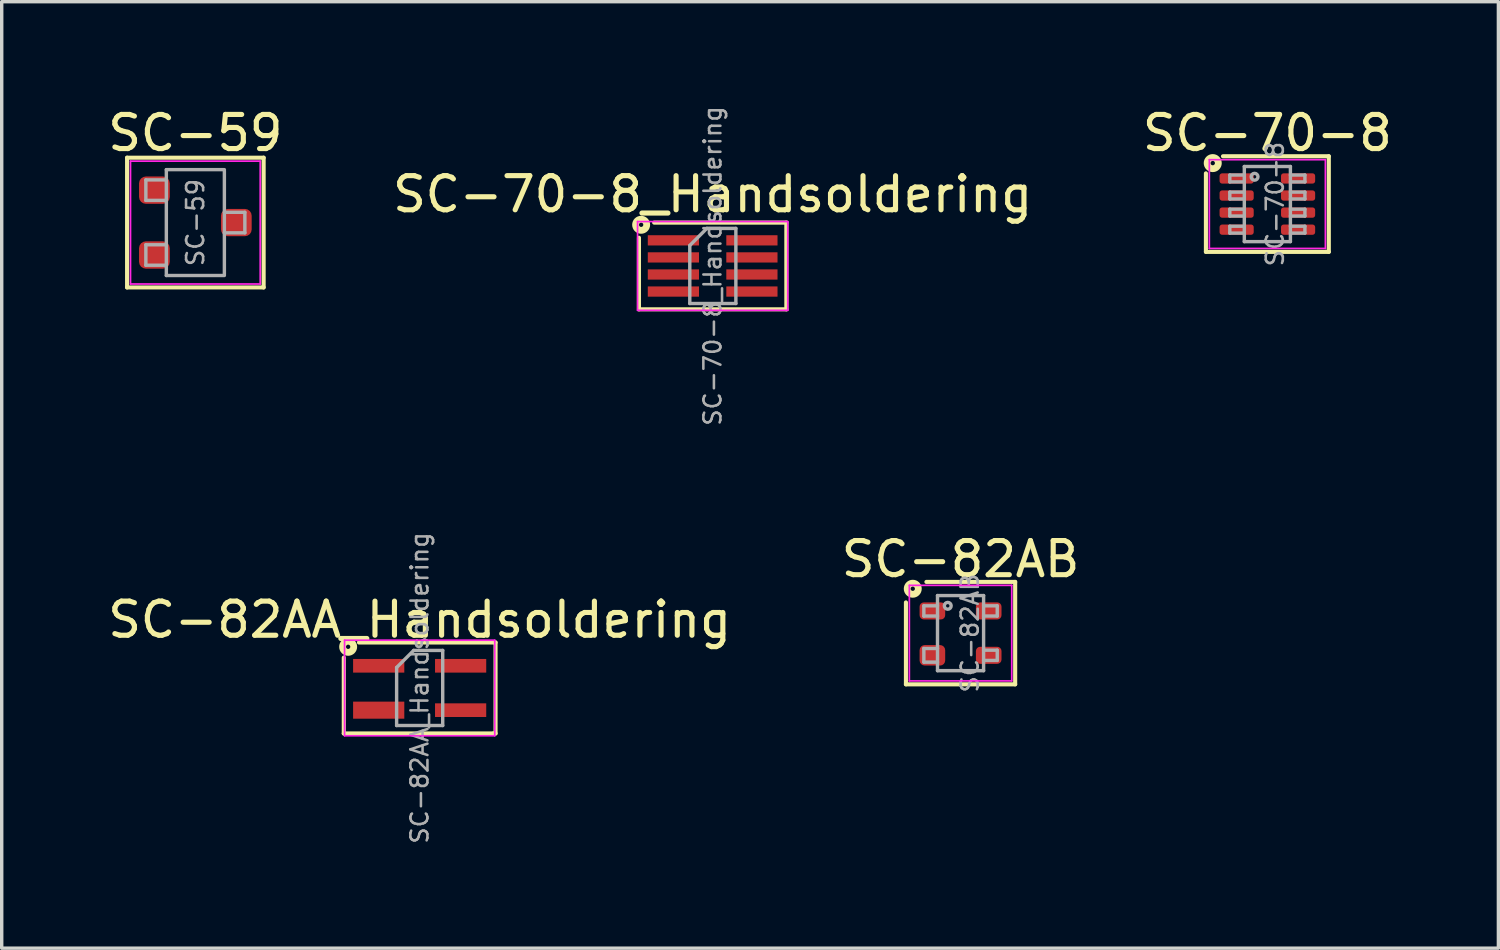
<source format=kicad_pcb>
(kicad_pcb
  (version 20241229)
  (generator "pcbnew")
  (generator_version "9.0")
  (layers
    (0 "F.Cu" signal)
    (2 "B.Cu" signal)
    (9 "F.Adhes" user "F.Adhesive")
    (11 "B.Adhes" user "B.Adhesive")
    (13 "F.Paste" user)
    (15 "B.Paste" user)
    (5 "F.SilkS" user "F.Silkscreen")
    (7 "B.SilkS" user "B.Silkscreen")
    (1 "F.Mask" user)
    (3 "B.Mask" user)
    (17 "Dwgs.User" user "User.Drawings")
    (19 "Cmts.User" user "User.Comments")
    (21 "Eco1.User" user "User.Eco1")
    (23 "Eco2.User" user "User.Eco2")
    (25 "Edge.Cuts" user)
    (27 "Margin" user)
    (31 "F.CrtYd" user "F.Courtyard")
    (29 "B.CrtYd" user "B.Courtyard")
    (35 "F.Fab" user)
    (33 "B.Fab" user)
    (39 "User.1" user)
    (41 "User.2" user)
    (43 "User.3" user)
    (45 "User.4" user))
  (footprint "SC-59"
    (layer "F.Cu")
    (at 2.673 3.47)
    (property "Reference" "SC-59" (at 0 -2.622 0) (layer "F.SilkS") (effects (font (size 1 1) (thickness 0.15))))
    (attr smd)
    (fp_line (start -2 -1.9) (end 2 -1.9) (stroke (width 0.12) (type solid)) (layer "F.SilkS"))
    (fp_line (start -2 1.9) (end -2 -1.9) (stroke (width 0.12) (type solid)) (layer "F.SilkS"))
    (fp_line (start 2 -1.9) (end 2 1.9) (stroke (width 0.12) (type solid)) (layer "F.SilkS"))
    (fp_line (start 2 1.9) (end -2 1.9) (stroke (width 0.12) (type solid)) (layer "F.SilkS"))
    (fp_line (start -1.9 -1.8) (end -1.9 1.8) (stroke (width 0.05) (type solid)) (layer "F.CrtYd"))
    (fp_line (start -1.9 -1.8) (end 1.9 -1.8) (stroke (width 0.05) (type solid)) (layer "F.CrtYd"))
    (fp_line (start 1.9 1.8) (end -1.9 1.8) (stroke (width 0.05) (type solid)) (layer "F.CrtYd"))
    (fp_line (start 1.9 1.8) (end 1.9 -1.8) (stroke (width 0.05) (type solid)) (layer "F.CrtYd"))
    (fp_line (start -1.45 -1.25) (end -1.45 -0.65) (stroke (width 0.1) (type solid)) (layer "F.Fab"))
    (fp_line (start -1.45 -1.25) (end -0.85 -1.25) (stroke (width 0.1) (type solid)) (layer "F.Fab"))
    (fp_line (start -1.45 -0.65) (end -0.85 -0.65) (stroke (width 0.1) (type solid)) (layer "F.Fab"))
    (fp_line (start -1.45 0.65) (end -1.45 1.25) (stroke (width 0.1) (type solid)) (layer "F.Fab"))
    (fp_line (start -1.45 0.65) (end -0.85 0.65) (stroke (width 0.1) (type solid)) (layer "F.Fab"))
    (fp_line (start -1.45 1.25) (end -0.85 1.25) (stroke (width 0.1) (type solid)) (layer "F.Fab"))
    (fp_line (start -0.85 -1.55) (end 0.85 -1.55) (stroke (width 0.1) (type solid)) (layer "F.Fab"))
    (fp_line (start -0.85 1.55) (end -0.85 -1.55) (stroke (width 0.1) (type solid)) (layer "F.Fab"))
    (fp_line (start -0.85 1.55) (end 0.85 1.55) (stroke (width 0.1) (type solid)) (layer "F.Fab"))
    (fp_line (start 0.85 -1.52) (end 0.85 1.52) (stroke (width 0.1) (type solid)) (layer "F.Fab"))
    (fp_line (start 1.45 -0.3) (end 0.85 -0.3) (stroke (width 0.1) (type solid)) (layer "F.Fab"))
    (fp_line (start 1.45 0.3) (end 0.85 0.3) (stroke (width 0.1) (type solid)) (layer "F.Fab"))
    (fp_line (start 1.45 0.3) (end 1.45 -0.3) (stroke (width 0.1) (type solid)) (layer "F.Fab"))
    (fp_text user "${REFERENCE}" (at 0 0 90) (layer "F.Fab") (effects (font (size 0.5 0.5) (thickness 0.075))))
    (pad "1" smd roundrect (at -1.2 -0.95) (size 0.9 0.8) (layers "F.Cu" "F.Mask" "F.Paste") (roundrect_rratio 0.25))
    (pad "2" smd roundrect (at -1.2 0.95) (size 0.9 0.8) (layers "F.Cu" "F.Mask" "F.Paste") (roundrect_rratio 0.25))
    (pad "3" smd roundrect (at 1.2 0) (size 0.9 0.8) (layers "F.Cu" "F.Mask" "F.Paste") (roundrect_rratio 0.25)))
  (footprint "SC-70-8_Handsoldering"
    (layer "F.Cu")
    (at 17.827 4.741)
    (property "Reference" "SC-70-8_Handsoldering" (at 0 -2.1 0) (layer "F.SilkS") (effects (font (size 1 1) (thickness 0.15))))
    (attr smd)
    (fp_line (start -2.159 -0.826) (end -2.159 1.27) (stroke (width 0.12) (type solid)) (layer "F.SilkS"))
    (fp_line (start -2.159 1.27) (end 2.159 1.27) (stroke (width 0.12) (type solid)) (layer "F.SilkS"))
    (fp_line (start 2.159 -1.27) (end -1.714 -1.27) (stroke (width 0.12) (type solid)) (layer "F.SilkS"))
    (fp_line (start 2.159 1.27) (end 2.159 -1.27) (stroke (width 0.12) (type solid)) (layer "F.SilkS"))
    (fp_circle (center -2.095 -1.206) (end -2.032 -1.206) (stroke (width 0.2) (type solid)) (fill no) (layer "F.SilkS"))
    (fp_line (start -2.2 -1.3) (end 2.2 -1.3) (stroke (width 0.05) (type solid)) (layer "F.CrtYd"))
    (fp_line (start -2.2 1.3) (end -2.2 -1.3) (stroke (width 0.05) (type solid)) (layer "F.CrtYd"))
    (fp_line (start 2.2 -1.3) (end 2.2 1.3) (stroke (width 0.05) (type solid)) (layer "F.CrtYd"))
    (fp_line (start 2.2 1.3) (end -2.2 1.3) (stroke (width 0.05) (type solid)) (layer "F.CrtYd"))
    (fp_line (start -0.67 -0.6) (end -0.67 1.1) (stroke (width 0.1) (type solid)) (layer "F.Fab"))
    (fp_line (start -0.17 -1.1) (end -0.67 -0.6) (stroke (width 0.1) (type solid)) (layer "F.Fab"))
    (fp_line (start 0.68 -1.1) (end -0.17 -1.1) (stroke (width 0.1) (type solid)) (layer "F.Fab"))
    (fp_line (start 0.68 -1.1) (end 0.68 1.1) (stroke (width 0.1) (type solid)) (layer "F.Fab"))
    (fp_line (start 0.68 1.1) (end -0.67 1.1) (stroke (width 0.1) (type solid)) (layer "F.Fab"))
    (fp_text user "${REFERENCE}" (at 0 0 90) (layer "F.Fab") (effects (font (size 0.5 0.5) (thickness 0.075))))
    (pad "1" smd rect (at -1.15 -0.75 270) (size 0.3 1.5) (layers "F.Cu" "F.Mask" "F.Paste"))
    (pad "2" smd rect (at -1.15 -0.25 270) (size 0.3 1.5) (layers "F.Cu" "F.Mask" "F.Paste"))
    (pad "3" smd rect (at -1.15 0.25 270) (size 0.3 1.5) (layers "F.Cu" "F.Mask" "F.Paste"))
    (pad "4" smd rect (at -1.15 0.75 270) (size 0.3 1.5) (layers "F.Cu" "F.Mask" "F.Paste"))
    (pad "5" smd rect (at 1.15 0.75 270) (size 0.3 1.5) (layers "F.Cu" "F.Mask" "F.Paste"))
    (pad "6" smd rect (at 1.15 0.25 270) (size 0.3 1.5) (layers "F.Cu" "F.Mask" "F.Paste"))
    (pad "7" smd rect (at 1.15 -0.25 270) (size 0.3 1.5) (layers "F.Cu" "F.Mask" "F.Paste"))
    (pad "8" smd rect (at 1.15 -0.75 270) (size 0.3 1.5) (layers "F.Cu" "F.Mask" "F.Paste")))
  (footprint "SC-70-8"
    (layer "F.Cu")
    (at 34.077 2.928)
    (property "Reference" "SC-70-8" (at 0 -2.08 0) (layer "F.SilkS") (effects (font (size 1 1) (thickness 0.15))))
    (attr smd)
    (fp_line (start -1.8 -0.9) (end -1.8 1.4) (stroke (width 0.12) (type solid)) (layer "F.SilkS"))
    (fp_line (start -1.8 1.4) (end 1.8 1.4) (stroke (width 0.12) (type solid)) (layer "F.SilkS"))
    (fp_line (start 1.8 -1.4) (end -1.3 -1.4) (stroke (width 0.12) (type solid)) (layer "F.SilkS"))
    (fp_line (start 1.8 1.4) (end 1.8 -1.4) (stroke (width 0.12) (type solid)) (layer "F.SilkS"))
    (fp_circle (center -1.6 -1.2) (end -1.536 -1.2) (stroke (width 0.2) (type solid)) (fill no) (layer "F.SilkS"))
    (fp_line (start -1.7 -1.3) (end 1.7 -1.3) (stroke (width 0.05) (type solid)) (layer "F.CrtYd"))
    (fp_line (start -1.7 1.3) (end -1.7 -1.3) (stroke (width 0.05) (type solid)) (layer "F.CrtYd"))
    (fp_line (start 1.7 -1.3) (end 1.7 1.3) (stroke (width 0.05) (type solid)) (layer "F.CrtYd"))
    (fp_line (start 1.7 1.3) (end -1.7 1.3) (stroke (width 0.05) (type solid)) (layer "F.CrtYd"))
    (fp_line (start -1.1 -0.85) (end -1.1 -0.65) (stroke (width 0.1) (type solid)) (layer "F.Fab"))
    (fp_line (start -1.1 -0.65) (end -0.675 -0.65) (stroke (width 0.1) (type solid)) (layer "F.Fab"))
    (fp_line (start -1.1 -0.35) (end -1.1 -0.15) (stroke (width 0.1) (type solid)) (layer "F.Fab"))
    (fp_line (start -1.1 -0.15) (end -0.675 -0.15) (stroke (width 0.1) (type solid)) (layer "F.Fab"))
    (fp_line (start -1.1 0.15) (end -1.1 0.35) (stroke (width 0.1) (type solid)) (layer "F.Fab"))
    (fp_line (start -1.1 0.35) (end -0.675 0.35) (stroke (width 0.1) (type solid)) (layer "F.Fab"))
    (fp_line (start -1.1 0.65) (end -1.1 0.85) (stroke (width 0.1) (type solid)) (layer "F.Fab"))
    (fp_line (start -1.1 0.85) (end -0.675 0.85) (stroke (width 0.1) (type solid)) (layer "F.Fab"))
    (fp_line (start -0.675 -1.1) (end -0.675 1.1) (stroke (width 0.1) (type solid)) (layer "F.Fab"))
    (fp_line (start -0.675 -0.85) (end -1.1 -0.85) (stroke (width 0.1) (type solid)) (layer "F.Fab"))
    (fp_line (start -0.675 -0.35) (end -1.1 -0.35) (stroke (width 0.1) (type solid)) (layer "F.Fab"))
    (fp_line (start -0.675 0.15) (end -1.1 0.15) (stroke (width 0.1) (type solid)) (layer "F.Fab"))
    (fp_line (start -0.675 0.65) (end -1.1 0.65) (stroke (width 0.1) (type solid)) (layer "F.Fab"))
    (fp_line (start 0.675 -1.1) (end -0.675 -1.1) (stroke (width 0.1) (type solid)) (layer "F.Fab"))
    (fp_line (start 0.675 -1.1) (end 0.675 1.1) (stroke (width 0.1) (type solid)) (layer "F.Fab"))
    (fp_line (start 0.675 -0.65) (end 1.1 -0.65) (stroke (width 0.1) (type solid)) (layer "F.Fab"))
    (fp_line (start 0.675 -0.15) (end 1.1 -0.15) (stroke (width 0.1) (type solid)) (layer "F.Fab"))
    (fp_line (start 0.675 0.35) (end 1.1 0.35) (stroke (width 0.1) (type solid)) (layer "F.Fab"))
    (fp_line (start 0.675 0.85) (end 1.1 0.85) (stroke (width 0.1) (type solid)) (layer "F.Fab"))
    (fp_line (start 0.675 1.1) (end -0.675 1.1) (stroke (width 0.1) (type solid)) (layer "F.Fab"))
    (fp_line (start 1.1 -0.85) (end 0.675 -0.85) (stroke (width 0.1) (type solid)) (layer "F.Fab"))
    (fp_line (start 1.1 -0.65) (end 1.1 -0.85) (stroke (width 0.1) (type solid)) (layer "F.Fab"))
    (fp_line (start 1.1 -0.35) (end 0.675 -0.35) (stroke (width 0.1) (type solid)) (layer "F.Fab"))
    (fp_line (start 1.1 -0.15) (end 1.1 -0.35) (stroke (width 0.1) (type solid)) (layer "F.Fab"))
    (fp_line (start 1.1 0.15) (end 0.675 0.15) (stroke (width 0.1) (type solid)) (layer "F.Fab"))
    (fp_line (start 1.1 0.35) (end 1.1 0.15) (stroke (width 0.1) (type solid)) (layer "F.Fab"))
    (fp_line (start 1.1 0.65) (end 0.675 0.65) (stroke (width 0.1) (type solid)) (layer "F.Fab"))
    (fp_line (start 1.1 0.85) (end 1.1 0.65) (stroke (width 0.1) (type solid)) (layer "F.Fab"))
    (fp_circle (center -0.375 -0.8) (end -0.275 -0.8) (stroke (width 0.1) (type solid)) (fill no) (layer "F.Fab"))
    (fp_text user "${REFERENCE}" (at 0.225 0 90) (layer "F.Fab") (effects (font (size 0.5 0.5) (thickness 0.075))))
    (pad "1" smd roundrect (at -0.9 -0.75 270) (size 0.3 1) (layers "F.Cu" "F.Mask" "F.Paste") (roundrect_rratio 0.25))
    (pad "2" smd roundrect (at -0.9 -0.25 270) (size 0.3 1) (layers "F.Cu" "F.Mask" "F.Paste") (roundrect_rratio 0.25))
    (pad "3" smd roundrect (at -0.9 0.25 270) (size 0.3 1) (layers "F.Cu" "F.Mask" "F.Paste") (roundrect_rratio 0.25))
    (pad "4" smd roundrect (at -0.9 0.75 270) (size 0.3 1) (layers "F.Cu" "F.Mask" "F.Paste") (roundrect_rratio 0.25))
    (pad "5" smd roundrect (at 0.9 0.75 270) (size 0.3 1) (layers "F.Cu" "F.Mask" "F.Paste") (roundrect_rratio 0.25))
    (pad "6" smd roundrect (at 0.9 0.25 270) (size 0.3 1) (layers "F.Cu" "F.Mask" "F.Paste") (roundrect_rratio 0.25))
    (pad "7" smd roundrect (at 0.9 -0.25 270) (size 0.3 1) (layers "F.Cu" "F.Mask" "F.Paste") (roundrect_rratio 0.25))
    (pad "8" smd roundrect (at 0.9 -0.75 270) (size 0.3 1) (layers "F.Cu" "F.Mask" "F.Paste") (roundrect_rratio 0.25)))
  (footprint "SC-82AB"
    (layer "F.Cu")
    (at 25.089 15.497)
    (property "Reference" "SC-82AB" (at 0 -2.167 0) (layer "F.SilkS") (effects (font (size 1 1) (thickness 0.15))))
    (attr smd)
    (fp_line (start -1.6 -0.9) (end -1.6 1.5) (stroke (width 0.12) (type solid)) (layer "F.SilkS"))
    (fp_line (start -1.6 1.5) (end 1.6 1.5) (stroke (width 0.12) (type solid)) (layer "F.SilkS"))
    (fp_line (start 1.6 -1.5) (end -1 -1.5) (stroke (width 0.12) (type solid)) (layer "F.SilkS"))
    (fp_line (start 1.6 1.5) (end 1.6 -1.5) (stroke (width 0.12) (type solid)) (layer "F.SilkS"))
    (fp_circle (center -1.4 -1.3) (end -1.337 -1.3) (stroke (width 0.2) (type solid)) (fill no) (layer "F.SilkS"))
    (fp_line (start -1.5 -1.4) (end -1.5 1.4) (stroke (width 0.05) (type solid)) (layer "F.CrtYd"))
    (fp_line (start -1.5 -1.4) (end 1.5 -1.4) (stroke (width 0.05) (type solid)) (layer "F.CrtYd"))
    (fp_line (start -1.5 1.4) (end 1.5 1.4) (stroke (width 0.05) (type solid)) (layer "F.CrtYd"))
    (fp_line (start 1.5 1.4) (end 1.5 -1.4) (stroke (width 0.05) (type solid)) (layer "F.CrtYd"))
    (fp_line (start -1.075 -0.8) (end -1.075 -0.5) (stroke (width 0.1) (type solid)) (layer "F.Fab"))
    (fp_line (start -1.075 -0.8) (end -0.675 -0.8) (stroke (width 0.1) (type solid)) (layer "F.Fab"))
    (fp_line (start -1.075 -0.5) (end -0.675 -0.5) (stroke (width 0.1) (type solid)) (layer "F.Fab"))
    (fp_line (start -1.075 0.45) (end -1.075 0.85) (stroke (width 0.1) (type solid)) (layer "F.Fab"))
    (fp_line (start -1.075 0.45) (end -0.675 0.45) (stroke (width 0.1) (type solid)) (layer "F.Fab"))
    (fp_line (start -1.075 0.85) (end -0.675 0.85) (stroke (width 0.1) (type solid)) (layer "F.Fab"))
    (fp_line (start -0.675 -1.1) (end -0.675 1.1) (stroke (width 0.1) (type solid)) (layer "F.Fab"))
    (fp_line (start 0.675 -1.1) (end -0.675 -1.1) (stroke (width 0.1) (type solid)) (layer "F.Fab"))
    (fp_line (start 0.675 -1.1) (end 0.675 1.1) (stroke (width 0.1) (type solid)) (layer "F.Fab"))
    (fp_line (start 0.675 1.1) (end -0.675 1.1) (stroke (width 0.1) (type solid)) (layer "F.Fab"))
    (fp_line (start 1.075 -0.8) (end 0.675 -0.8) (stroke (width 0.1) (type solid)) (layer "F.Fab"))
    (fp_line (start 1.075 -0.5) (end 0.675 -0.5) (stroke (width 0.1) (type solid)) (layer "F.Fab"))
    (fp_line (start 1.075 -0.5) (end 1.075 -0.8) (stroke (width 0.1) (type solid)) (layer "F.Fab"))
    (fp_line (start 1.075 0.5) (end 0.675 0.5) (stroke (width 0.1) (type solid)) (layer "F.Fab"))
    (fp_line (start 1.075 0.8) (end 0.675 0.8) (stroke (width 0.1) (type solid)) (layer "F.Fab"))
    (fp_line (start 1.075 0.8) (end 1.075 0.5) (stroke (width 0.1) (type solid)) (layer "F.Fab"))
    (fp_circle (center -0.375 -0.8) (end -0.275 -0.8) (stroke (width 0.1) (type solid)) (fill no) (layer "F.Fab"))
    (fp_text user "${REFERENCE}" (at 0.275 0 90) (layer "F.Fab") (effects (font (size 0.5 0.5) (thickness 0.075))))
    (pad "1" smd roundrect (at -0.825 -0.65) (size 0.75 0.5) (layers "F.Cu" "F.Mask" "F.Paste") (roundrect_rratio 0.25))
    (pad "2" smd roundrect (at -0.825 0.65) (size 0.75 0.6) (layers "F.Cu" "F.Mask" "F.Paste") (roundrect_rratio 0.25))
    (pad "3" smd roundrect (at 0.825 0.65) (size 0.75 0.5) (layers "F.Cu" "F.Mask" "F.Paste") (roundrect_rratio 0.25))
    (pad "4" smd roundrect (at 0.825 -0.65) (size 0.75 0.5) (layers "F.Cu" "F.Mask" "F.Paste") (roundrect_rratio 0.25)))
  (footprint "SC-82AA_Handsoldering"
    (layer "F.Cu")
    (at 9.244 17.104)
    (property "Reference" "SC-82AA_Handsoldering" (at 0 -2 0) (layer "F.SilkS") (effects (font (size 1 1) (thickness 0.15))))
    (attr smd)
    (fp_line (start -2.223 -0.889) (end -2.223 1.333) (stroke (width 0.12) (type solid)) (layer "F.SilkS"))
    (fp_line (start -2.223 1.333) (end 2.159 1.333) (stroke (width 0.12) (type solid)) (layer "F.SilkS"))
    (fp_line (start 2.159 1.333) (end 2.223 1.333) (stroke (width 0.12) (type solid)) (layer "F.SilkS"))
    (fp_line (start 2.223 -1.333) (end -1.778 -1.333) (stroke (width 0.12) (type solid)) (layer "F.SilkS"))
    (fp_line (start 2.223 1.333) (end 2.223 -1.333) (stroke (width 0.12) (type solid)) (layer "F.SilkS"))
    (fp_circle (center -2.095 -1.206) (end -2.032 -1.206) (stroke (width 0.2) (type solid)) (fill no) (layer "F.SilkS"))
    (fp_line (start -2.2 -1.4) (end -2.2 1.4) (stroke (width 0.05) (type solid)) (layer "F.CrtYd"))
    (fp_line (start -2.2 -1.4) (end 2.2 -1.4) (stroke (width 0.05) (type solid)) (layer "F.CrtYd"))
    (fp_line (start -2.2 1.4) (end 2.2 1.4) (stroke (width 0.05) (type solid)) (layer "F.CrtYd"))
    (fp_line (start 2.2 1.4) (end 2.2 -1.4) (stroke (width 0.05) (type solid)) (layer "F.CrtYd"))
    (fp_line (start -0.675 -0.6) (end -0.675 1.1) (stroke (width 0.1) (type solid)) (layer "F.Fab"))
    (fp_line (start -0.175 -1.1) (end -0.675 -0.6) (stroke (width 0.1) (type solid)) (layer "F.Fab"))
    (fp_line (start 0.675 -1.1) (end -0.175 -1.1) (stroke (width 0.1) (type solid)) (layer "F.Fab"))
    (fp_line (start 0.675 -1.1) (end 0.675 1.1) (stroke (width 0.1) (type solid)) (layer "F.Fab"))
    (fp_line (start 0.675 1.1) (end -0.675 1.1) (stroke (width 0.1) (type solid)) (layer "F.Fab"))
    (fp_text user "${REFERENCE}" (at 0 0 90) (layer "F.Fab") (effects (font (size 0.5 0.5) (thickness 0.075))))
    (pad "1" smd rect (at -1.2 -0.65) (size 1.5 0.4) (layers "F.Cu" "F.Mask" "F.Paste"))
    (pad "2" smd rect (at -1.2 0.65) (size 1.5 0.5) (layers "F.Cu" "F.Mask" "F.Paste"))
    (pad "3" smd rect (at 1.2 0.65) (size 1.5 0.4) (layers "F.Cu" "F.Mask" "F.Paste"))
    (pad "4" smd rect (at 1.2 -0.65) (size 1.5 0.4) (layers "F.Cu" "F.Mask" "F.Paste")))
  (gr_rect
    (start -3 -3)
    (end 40.845 24.726)
    (stroke (width 0.1) (type default))
    (fill no)
    (layer "Edge.Cuts")))
</source>
